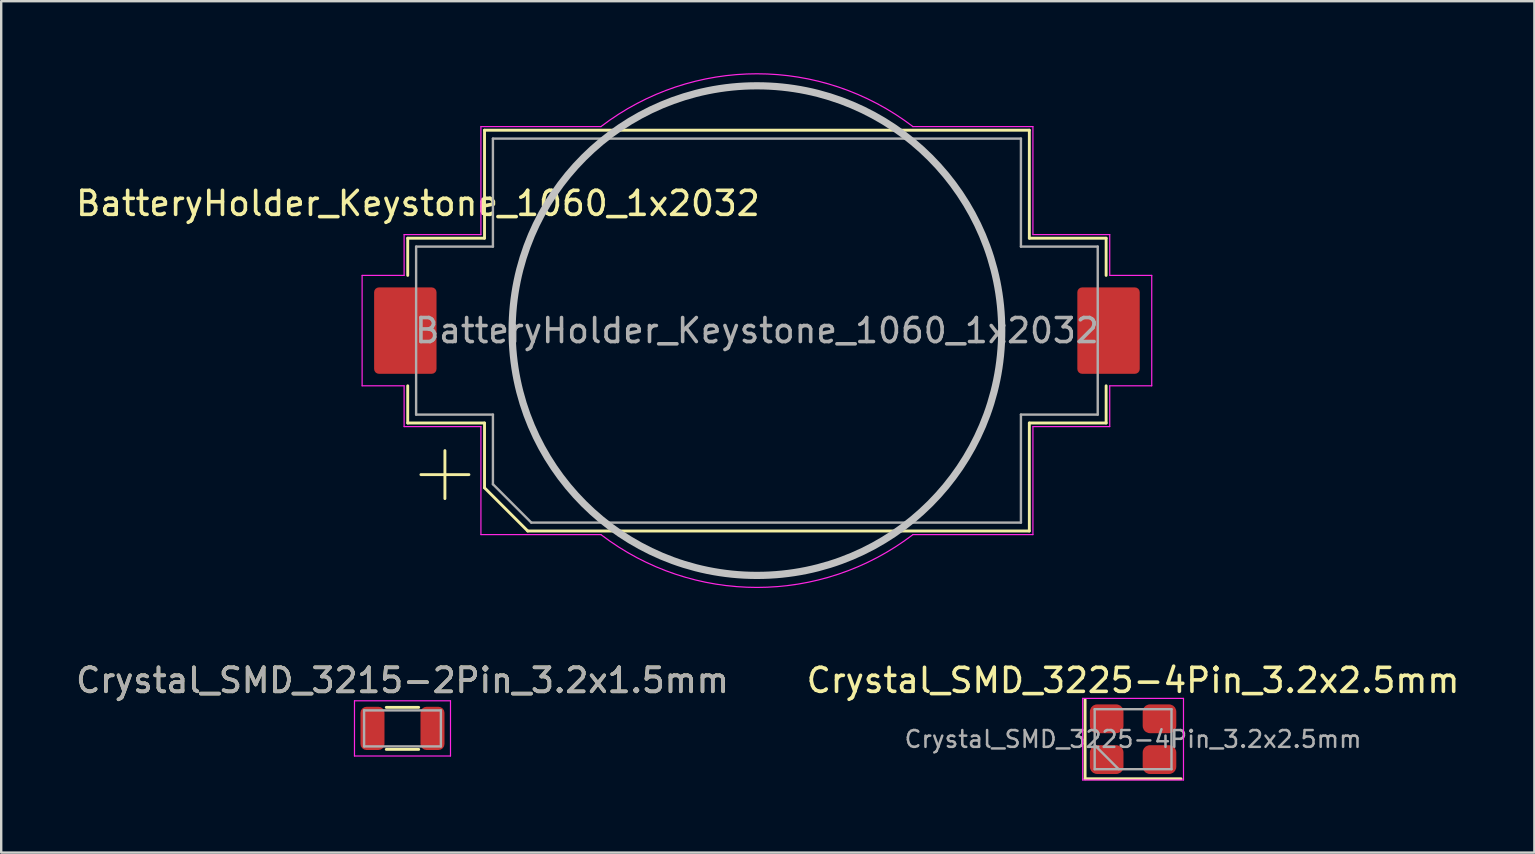
<source format=kicad_pcb>
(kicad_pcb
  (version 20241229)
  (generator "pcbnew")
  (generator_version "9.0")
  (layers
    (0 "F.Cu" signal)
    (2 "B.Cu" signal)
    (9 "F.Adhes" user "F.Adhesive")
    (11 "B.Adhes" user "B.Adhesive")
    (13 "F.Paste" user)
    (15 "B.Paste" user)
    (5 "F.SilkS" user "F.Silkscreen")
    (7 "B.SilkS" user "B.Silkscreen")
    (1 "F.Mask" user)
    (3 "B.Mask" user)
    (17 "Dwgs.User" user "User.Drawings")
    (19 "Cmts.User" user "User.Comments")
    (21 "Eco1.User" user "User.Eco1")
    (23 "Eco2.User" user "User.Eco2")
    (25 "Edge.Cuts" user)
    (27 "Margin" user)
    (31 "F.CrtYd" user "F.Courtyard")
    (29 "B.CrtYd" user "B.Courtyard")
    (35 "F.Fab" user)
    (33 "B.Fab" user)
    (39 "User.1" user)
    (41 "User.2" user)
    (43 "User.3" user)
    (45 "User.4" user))
  (footprint "Crystal_SMD_3225-4Pin_3.2x2.5mm"
    (layer "F.Cu")
    (at 44.161 27.749)
    (property "Reference" "Crystal_SMD_3225-4Pin_3.2x2.5mm" (at 0 -2.45 0) (layer "F.SilkS") (effects (font (size 1 1) (thickness 0.15))))
    (attr smd)
    (fp_line (start -2 -1.65) (end -2 1.65) (stroke (width 0.12) (type solid)) (layer "F.SilkS"))
    (fp_line (start -2 1.65) (end 2 1.65) (stroke (width 0.12) (type solid)) (layer "F.SilkS"))
    (fp_line (start -2.1 -1.7) (end -2.1 1.7) (stroke (width 0.05) (type solid)) (layer "F.CrtYd"))
    (fp_line (start -2.1 1.7) (end 2.1 1.7) (stroke (width 0.05) (type solid)) (layer "F.CrtYd"))
    (fp_line (start 2.1 -1.7) (end -2.1 -1.7) (stroke (width 0.05) (type solid)) (layer "F.CrtYd"))
    (fp_line (start 2.1 1.7) (end 2.1 -1.7) (stroke (width 0.05) (type solid)) (layer "F.CrtYd"))
    (fp_line (start -1.6 -1.25) (end -1.6 1.25) (stroke (width 0.1) (type solid)) (layer "F.Fab"))
    (fp_line (start -1.6 0.25) (end -0.6 1.25) (stroke (width 0.1) (type solid)) (layer "F.Fab"))
    (fp_line (start -1.6 1.25) (end 1.6 1.25) (stroke (width 0.1) (type solid)) (layer "F.Fab"))
    (fp_line (start 1.6 -1.25) (end -1.6 -1.25) (stroke (width 0.1) (type solid)) (layer "F.Fab"))
    (fp_line (start 1.6 1.25) (end 1.6 -1.25) (stroke (width 0.1) (type solid)) (layer "F.Fab"))
    (fp_text user "${REFERENCE}" (at 0 0 0) (layer "F.Fab") (effects (font (size 0.7 0.7) (thickness 0.105))))
    (pad "1" smd roundrect (at -1.1 0.85) (size 1.4 1.2) (layers "F.Cu" "F.Mask" "F.Paste") (roundrect_rratio 0.25))
    (pad "2" smd roundrect (at 1.1 0.85) (size 1.4 1.2) (layers "F.Cu" "F.Mask" "F.Paste") (roundrect_rratio 0.25))
    (pad "3" smd roundrect (at 1.1 -0.85) (size 1.4 1.2) (layers "F.Cu" "F.Mask" "F.Paste") (roundrect_rratio 0.25))
    (pad "4" smd roundrect (at -1.1 -0.85) (size 1.4 1.2) (layers "F.Cu" "F.Mask" "F.Paste") (roundrect_rratio 0.25)))
  (footprint "Crystal_SMD_3215-2Pin_3.2x1.5mm"
    (layer "F.Cu")
    (at 13.72 27.299)
    (property "Reference" "Crystal_SMD_3215-2Pin_3.2x1.5mm" (at 0 -2 0) (layer "F.SilkS") (effects (font (size 1 1) (thickness 0.15))))
    (attr smd)
    (fp_line (start -0.675 -0.875) (end 0.675 -0.875) (stroke (width 0.12) (type solid)) (layer "F.SilkS"))
    (fp_line (start -0.675 0.875) (end 0.675 0.875) (stroke (width 0.12) (type solid)) (layer "F.SilkS"))
    (fp_line (start -2 -1.15) (end -2 1.15) (stroke (width 0.05) (type solid)) (layer "F.CrtYd"))
    (fp_line (start -2 -1.15) (end 2 -1.15) (stroke (width 0.05) (type solid)) (layer "F.CrtYd"))
    (fp_line (start -2 1.15) (end 2 1.15) (stroke (width 0.05) (type solid)) (layer "F.CrtYd"))
    (fp_line (start 2 -1.15) (end 2 1.15) (stroke (width 0.05) (type solid)) (layer "F.CrtYd"))
    (fp_line (start -1.6 -0.75) (end -1.6 0.75) (stroke (width 0.1) (type solid)) (layer "F.Fab"))
    (fp_line (start -1.6 -0.75) (end 1.6 -0.75) (stroke (width 0.1) (type solid)) (layer "F.Fab"))
    (fp_line (start -1.6 0.75) (end 1.6 0.75) (stroke (width 0.1) (type solid)) (layer "F.Fab"))
    (fp_line (start 1.6 -0.75) (end 1.6 0.75) (stroke (width 0.1) (type solid)) (layer "F.Fab"))
    (fp_text user "${REFERENCE}" (at 0 -2 0) (layer "F.Fab") (effects (font (size 1 1) (thickness 0.15))))
    (pad "1" smd roundrect (at 1.25 0) (size 1 1.8) (layers "F.Cu" "F.Mask" "F.Paste") (roundrect_rratio 0.25))
    (pad "2" smd roundrect (at -1.25 0) (size 1 1.8) (layers "F.Cu" "F.Mask" "F.Paste") (roundrect_rratio 0.25)))
  (footprint "BatteryHolder_Keystone_1060_1x2032"
    (layer "F.Cu")
    (at 28.488 10.725)
    (property "Reference" "BatteryHolder_Keystone_1060_1x2032" (at -14.125 -5.3 0) (layer "F.SilkS") (effects (font (size 1 1) (thickness 0.15))))
    (attr smd)
    (fp_line (start -14.55 -3.85) (end -14.55 -2.3) (stroke (width 0.12) (type solid)) (layer "F.SilkS"))
    (fp_line (start -14.55 3.85) (end -14.55 2.3) (stroke (width 0.12) (type solid)) (layer "F.SilkS"))
    (fp_line (start -13 5) (end -13 7) (stroke (width 0.12) (type solid)) (layer "F.SilkS"))
    (fp_line (start -12 6) (end -14 6) (stroke (width 0.12) (type solid)) (layer "F.SilkS"))
    (fp_line (start -11.35 -8.35) (end -11.35 -3.85) (stroke (width 0.12) (type solid)) (layer "F.SilkS"))
    (fp_line (start -11.35 -8.35) (end 11.35 -8.35) (stroke (width 0.12) (type solid)) (layer "F.SilkS"))
    (fp_line (start -11.35 -3.85) (end -14.55 -3.85) (stroke (width 0.12) (type solid)) (layer "F.SilkS"))
    (fp_line (start -11.35 3.85) (end -14.55 3.85) (stroke (width 0.12) (type solid)) (layer "F.SilkS"))
    (fp_line (start -11.35 6.55) (end -11.35 3.85) (stroke (width 0.12) (type solid)) (layer "F.SilkS"))
    (fp_line (start -9.55 8.35) (end -11.35 6.55) (stroke (width 0.12) (type solid)) (layer "F.SilkS"))
    (fp_line (start 11.35 -8.35) (end 11.35 -3.85) (stroke (width 0.12) (type solid)) (layer "F.SilkS"))
    (fp_line (start 11.35 -3.85) (end 14.55 -3.85) (stroke (width 0.12) (type solid)) (layer "F.SilkS"))
    (fp_line (start 11.35 3.85) (end 14.55 3.85) (stroke (width 0.12) (type solid)) (layer "F.SilkS"))
    (fp_line (start 11.35 8.35) (end -9.55 8.35) (stroke (width 0.12) (type solid)) (layer "F.SilkS"))
    (fp_line (start 11.35 8.35) (end 11.35 3.85) (stroke (width 0.12) (type solid)) (layer "F.SilkS"))
    (fp_line (start 14.55 -3.85) (end 14.55 -2.3) (stroke (width 0.12) (type solid)) (layer "F.SilkS"))
    (fp_line (start 14.55 3.85) (end 14.55 2.3) (stroke (width 0.12) (type solid)) (layer "F.SilkS"))
    (fp_circle (center 0 0) (end -10.2 0) (stroke (width 0.3) (type solid)) (fill no) (layer "Dwgs.User"))
    (fp_line (start -16.45 2.3) (end -16.45 -2.3) (stroke (width 0.05) (type solid)) (layer "F.CrtYd"))
    (fp_line (start -14.7 -4) (end -11.5 -4) (stroke (width 0.05) (type solid)) (layer "F.CrtYd"))
    (fp_line (start -14.7 -2.3) (end -16.45 -2.3) (stroke (width 0.05) (type solid)) (layer "F.CrtYd"))
    (fp_line (start -14.7 -2.3) (end -14.7 -4) (stroke (width 0.05) (type solid)) (layer "F.CrtYd"))
    (fp_line (start -14.7 2.3) (end -16.45 2.3) (stroke (width 0.05) (type solid)) (layer "F.CrtYd"))
    (fp_line (start -14.7 4) (end -14.7 2.3) (stroke (width 0.05) (type solid)) (layer "F.CrtYd"))
    (fp_line (start -14.7 4) (end -11.5 4) (stroke (width 0.05) (type solid)) (layer "F.CrtYd"))
    (fp_line (start -11.5 -8.5) (end -6.5 -8.5) (stroke (width 0.05) (type solid)) (layer "F.CrtYd"))
    (fp_line (start -11.5 -4) (end -11.5 -8.5) (stroke (width 0.05) (type solid)) (layer "F.CrtYd"))
    (fp_line (start -11.5 4) (end -11.5 8.5) (stroke (width 0.05) (type solid)) (layer "F.CrtYd"))
    (fp_line (start -6.5 8.5) (end -11.5 8.5) (stroke (width 0.05) (type solid)) (layer "F.CrtYd"))
    (fp_line (start 11.5 -8.5) (end 6.5 -8.5) (stroke (width 0.05) (type solid)) (layer "F.CrtYd"))
    (fp_line (start 11.5 -8.5) (end 11.5 -4) (stroke (width 0.05) (type solid)) (layer "F.CrtYd"))
    (fp_line (start 11.5 -4) (end 14.7 -4) (stroke (width 0.05) (type solid)) (layer "F.CrtYd"))
    (fp_line (start 11.5 4) (end 11.5 8.5) (stroke (width 0.05) (type solid)) (layer "F.CrtYd"))
    (fp_line (start 11.5 8.5) (end 6.5 8.5) (stroke (width 0.05) (type solid)) (layer "F.CrtYd"))
    (fp_line (start 14.7 -4) (end 14.7 -2.3) (stroke (width 0.05) (type solid)) (layer "F.CrtYd"))
    (fp_line (start 14.7 -2.3) (end 16.45 -2.3) (stroke (width 0.05) (type solid)) (layer "F.CrtYd"))
    (fp_line (start 14.7 2.3) (end 14.7 4) (stroke (width 0.05) (type solid)) (layer "F.CrtYd"))
    (fp_line (start 14.7 4) (end 11.5 4) (stroke (width 0.05) (type solid)) (layer "F.CrtYd"))
    (fp_line (start 16.45 -2.3) (end 16.45 2.3) (stroke (width 0.05) (type solid)) (layer "F.CrtYd"))
    (fp_line (start 16.45 2.3) (end 14.7 2.3) (stroke (width 0.05) (type solid)) (layer "F.CrtYd"))
    (fp_arc (start -6.499999 -8.5) (mid 0 -10.700467) (end 6.5 -8.5) (stroke (width 0.05) (type solid)) (layer "F.CrtYd"))
    (fp_arc (start 6.499999 8.5) (mid 0 10.700467) (end -6.5 8.5) (stroke (width 0.05) (type solid)) (layer "F.CrtYd"))
    (fp_line (start -14.2 -3.5) (end -11 -3.5) (stroke (width 0.1) (type solid)) (layer "F.Fab"))
    (fp_line (start -14.2 3.5) (end -14.2 -3.5) (stroke (width 0.1) (type solid)) (layer "F.Fab"))
    (fp_line (start -11 -8) (end -11 -3.5) (stroke (width 0.1) (type solid)) (layer "F.Fab"))
    (fp_line (start -11 3.5) (end -14.2 3.5) (stroke (width 0.1) (type solid)) (layer "F.Fab"))
    (fp_line (start -11 6.4) (end -11 3.5) (stroke (width 0.1) (type solid)) (layer "F.Fab"))
    (fp_line (start -9.4 8) (end -11 6.4) (stroke (width 0.1) (type solid)) (layer "F.Fab"))
    (fp_line (start 11 -8) (end -11 -8) (stroke (width 0.1) (type solid)) (layer "F.Fab"))
    (fp_line (start 11 -8) (end 11 -3.5) (stroke (width 0.1) (type solid)) (layer "F.Fab"))
    (fp_line (start 11 3.5) (end 14.2 3.5) (stroke (width 0.1) (type solid)) (layer "F.Fab"))
    (fp_line (start 11 8) (end -9.4 8) (stroke (width 0.1) (type solid)) (layer "F.Fab"))
    (fp_line (start 11 8) (end 11 3.5) (stroke (width 0.1) (type solid)) (layer "F.Fab"))
    (fp_line (start 14.2 -3.5) (end 11 -3.5) (stroke (width 0.1) (type solid)) (layer "F.Fab"))
    (fp_line (start 14.2 3.5) (end 14.2 -3.5) (stroke (width 0.1) (type solid)) (layer "F.Fab"))
    (fp_text user "${REFERENCE}" (at 0 0 0) (layer "F.Fab") (effects (font (size 1 1) (thickness 0.15))))
    (pad "1" smd roundrect (at -14.65 0 180) (size 2.6 3.6) (layers "F.Cu" "F.Mask" "F.Paste") (roundrect_rratio 0.077))
    (pad "2" smd roundrect (at 14.65 0 180) (size 2.6 3.6) (layers "F.Cu" "F.Mask" "F.Paste") (roundrect_rratio 0.077)))
  (gr_rect
    (start -3 -3)
    (end 60.881 32.474)
    (stroke (width 0.1) (type default))
    (fill no)
    (layer "Edge.Cuts")))
</source>
